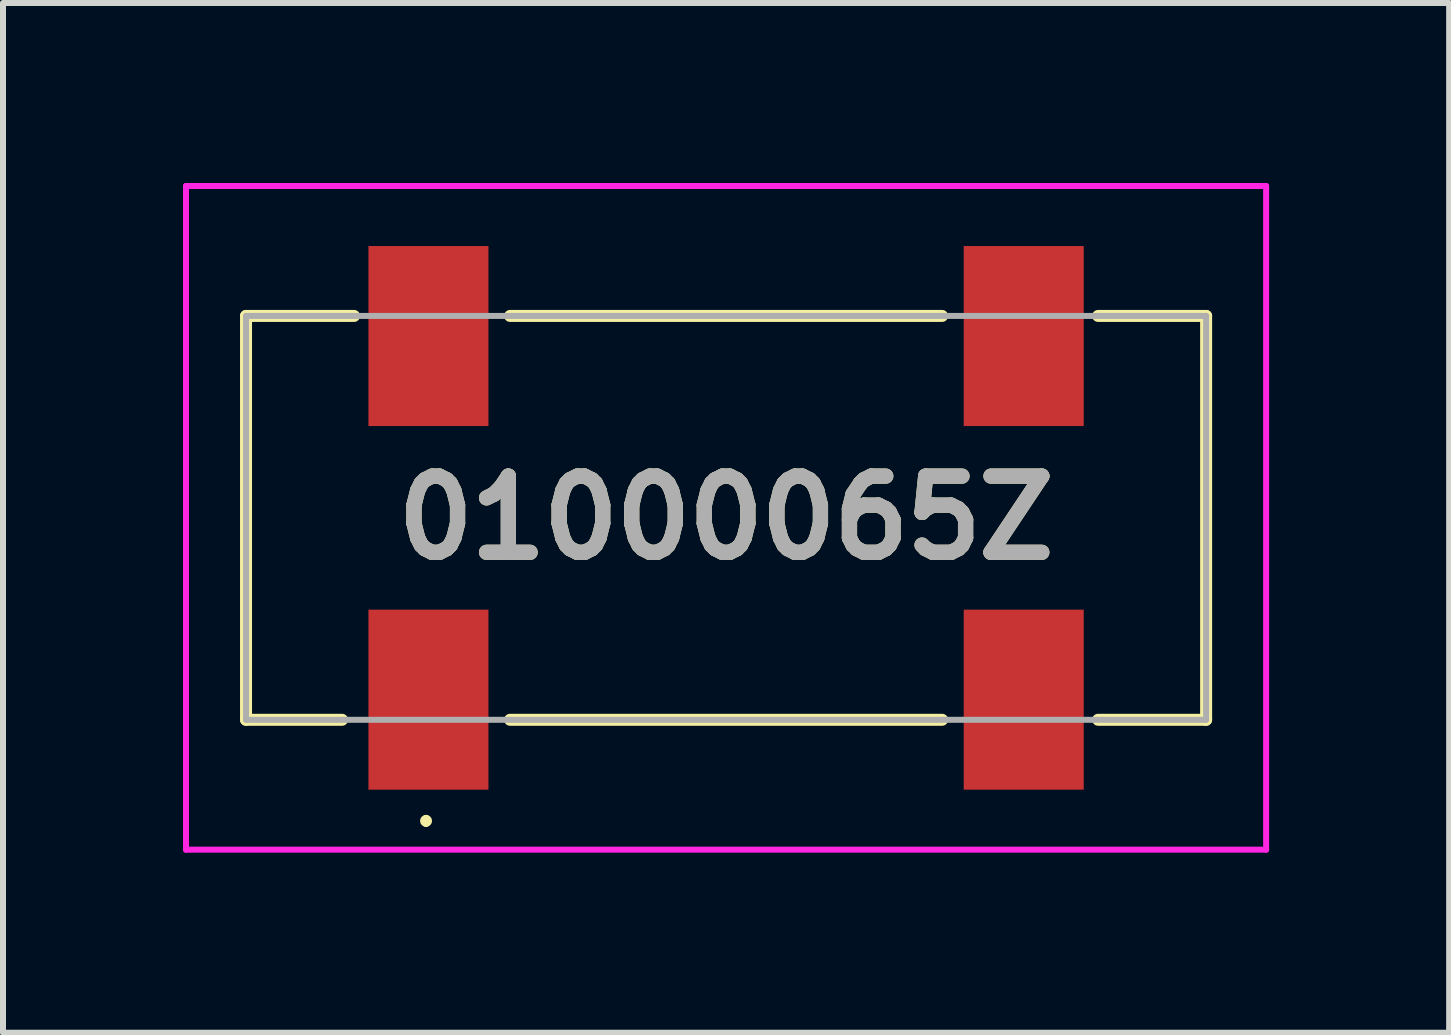
<source format=kicad_pcb>
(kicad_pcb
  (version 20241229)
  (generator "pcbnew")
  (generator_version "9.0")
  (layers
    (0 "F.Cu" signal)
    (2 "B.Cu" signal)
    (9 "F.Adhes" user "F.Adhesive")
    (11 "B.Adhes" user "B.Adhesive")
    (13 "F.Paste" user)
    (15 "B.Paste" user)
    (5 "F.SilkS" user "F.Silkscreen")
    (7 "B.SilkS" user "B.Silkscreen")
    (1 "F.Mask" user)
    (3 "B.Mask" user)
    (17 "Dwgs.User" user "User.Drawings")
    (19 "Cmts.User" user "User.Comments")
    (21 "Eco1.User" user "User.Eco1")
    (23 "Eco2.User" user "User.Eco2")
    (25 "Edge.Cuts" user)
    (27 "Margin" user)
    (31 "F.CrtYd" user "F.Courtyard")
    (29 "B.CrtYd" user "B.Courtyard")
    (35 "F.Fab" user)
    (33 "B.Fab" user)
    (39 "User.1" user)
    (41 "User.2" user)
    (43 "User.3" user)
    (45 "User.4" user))
  (footprint "01000065Z"
    (layer "F.Cu")
    (at 9.05 5.58)
    (property "Reference" "01000065Z" (at 0 0 0) (layer "F.SilkS") (effects (font (size 1.27 1.27) (thickness 0.254))))
    (attr smd)
    (fp_line (start -8 -3.365) (end -8 3.365) (stroke (width 0.2) (type solid)) (layer "F.SilkS"))
    (fp_line (start -8 3.365) (end -6.4 3.365) (stroke (width 0.2) (type solid)) (layer "F.SilkS"))
    (fp_line (start -6.2 -3.365) (end -8 -3.365) (stroke (width 0.2) (type solid)) (layer "F.SilkS"))
    (fp_line (start -5 5) (end -5 5) (stroke (width 0.1) (type solid)) (layer "F.SilkS"))
    (fp_line (start -5 5.1) (end -5 5.1) (stroke (width 0.1) (type solid)) (layer "F.SilkS"))
    (fp_line (start -3.6 -3.365) (end 3.6 -3.365) (stroke (width 0.2) (type solid)) (layer "F.SilkS"))
    (fp_line (start -3.6 3.365) (end 3.6 3.365) (stroke (width 0.2) (type solid)) (layer "F.SilkS"))
    (fp_line (start 6.2 -3.365) (end 8 -3.365) (stroke (width 0.2) (type solid)) (layer "F.SilkS"))
    (fp_line (start 8 -3.365) (end 8 3.365) (stroke (width 0.2) (type solid)) (layer "F.SilkS"))
    (fp_line (start 8 3.365) (end 6.2 3.365) (stroke (width 0.2) (type solid)) (layer "F.SilkS"))
    (fp_arc (start -5 5) (mid -4.95 5.05) (end -5 5.1) (stroke (width 0.1) (type solid)) (layer "F.SilkS"))
    (fp_arc (start -5 5.1) (mid -5.05 5.05) (end -5 5) (stroke (width 0.1) (type solid)) (layer "F.SilkS"))
    (fp_line (start -9 -5.53) (end 9 -5.53) (stroke (width 0.1) (type solid)) (layer "F.CrtYd"))
    (fp_line (start -9 5.53) (end -9 -5.53) (stroke (width 0.1) (type solid)) (layer "F.CrtYd"))
    (fp_line (start 9 -5.53) (end 9 5.53) (stroke (width 0.1) (type solid)) (layer "F.CrtYd"))
    (fp_line (start 9 5.53) (end -9 5.53) (stroke (width 0.1) (type solid)) (layer "F.CrtYd"))
    (fp_line (start -8 -3.365) (end 8 -3.365) (stroke (width 0.1) (type solid)) (layer "F.Fab"))
    (fp_line (start -8 3.365) (end -8 -3.365) (stroke (width 0.1) (type solid)) (layer "F.Fab"))
    (fp_line (start 8 -3.365) (end 8 3.365) (stroke (width 0.1) (type solid)) (layer "F.Fab"))
    (fp_line (start 8 3.365) (end -8 3.365) (stroke (width 0.1) (type solid)) (layer "F.Fab"))
    (fp_text user "${REFERENCE}" (at 0 0 0) (layer "F.Fab") (effects (font (size 1.27 1.27) (thickness 0.254))))
    (pad "1" smd rect (at -4.96 3.03) (size 2 3) (layers "F.Cu" "F.Mask" "F.Paste"))
    (pad "2" smd rect (at 4.96 3.03) (size 2 3) (layers "F.Cu" "F.Mask" "F.Paste"))
    (pad "3" smd rect (at 4.96 -3.03) (size 2 3) (layers "F.Cu" "F.Mask" "F.Paste"))
    (pad "4" smd rect (at -4.96 -3.03) (size 2 3) (layers "F.Cu" "F.Mask" "F.Paste")))
  (gr_rect
    (start -3 -3)
    (end 21.1 14.16)
    (stroke (width 0.1) (type default))
    (fill no)
    (layer "Edge.Cuts")))
</source>
